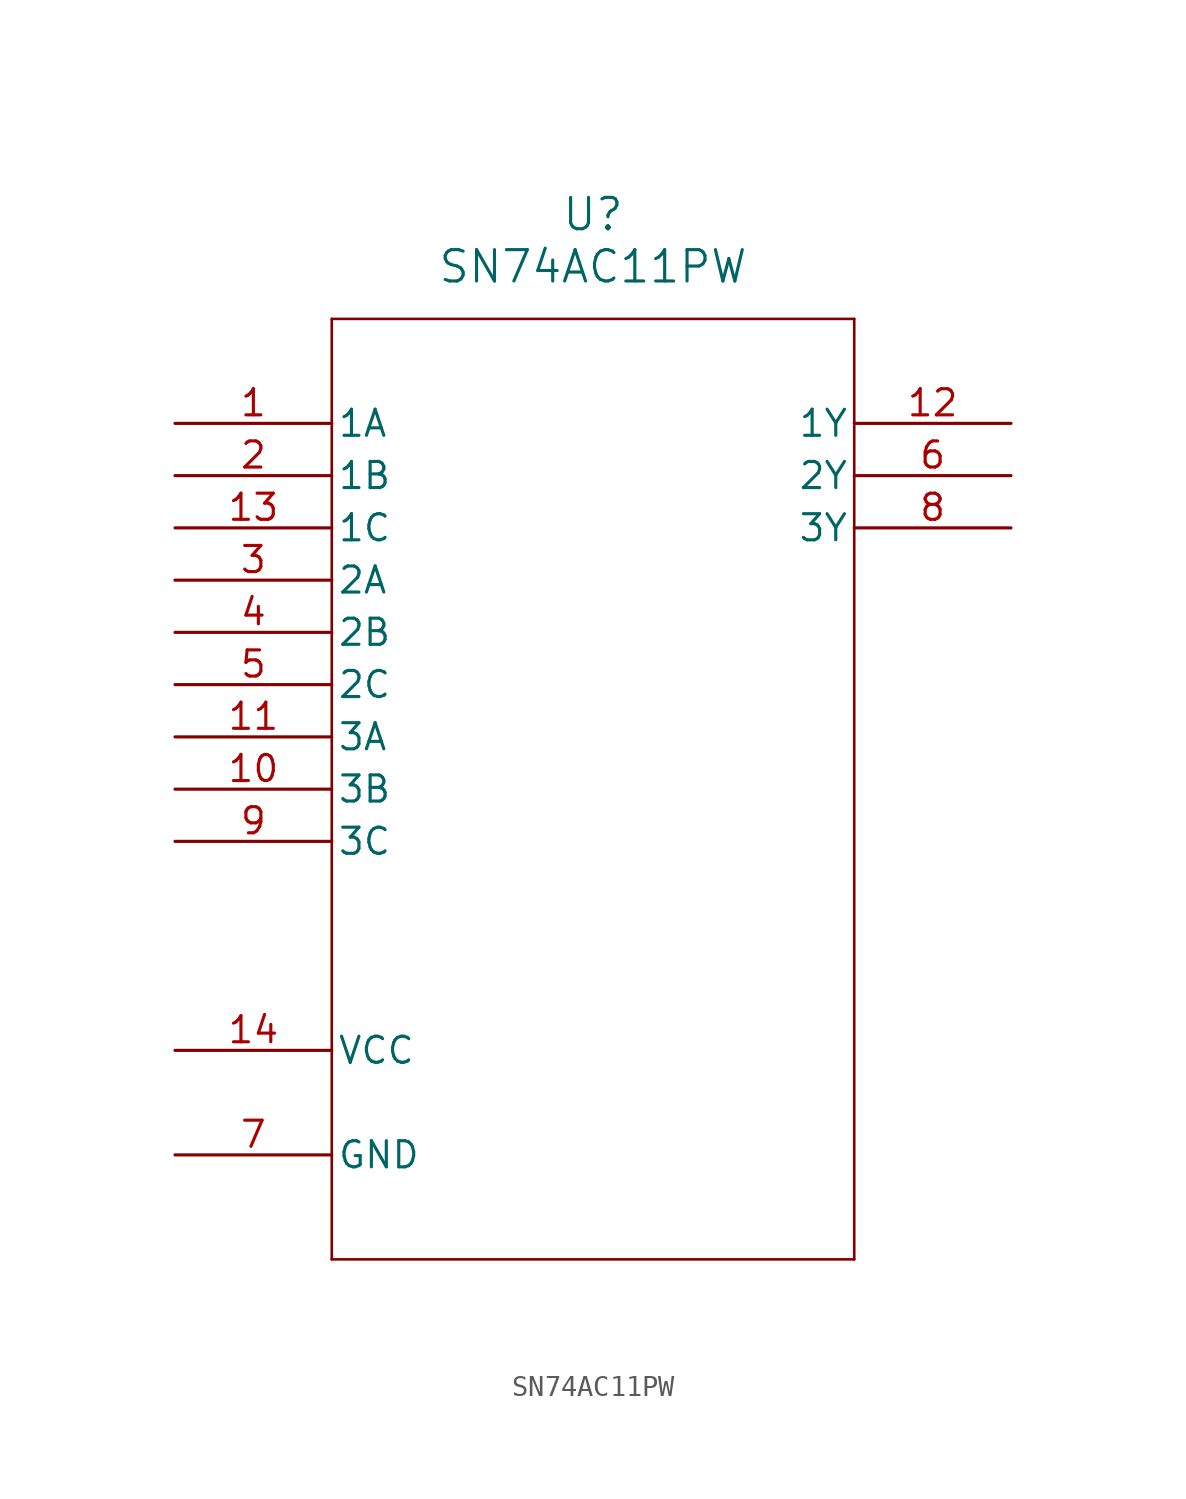
<source format=kicad_sym>
(kicad_symbol_lib
  (version 20211014)
  (generator kicad_symbol_editor)
  (symbol "SN74AC11PW"
    (pin_names
      (offset 0.254))
    (property "Reference" "U"
      (at 20.32 10.16 0)
      (effects (font (size 1.524 1.524))))
    (property "Value" "SN74AC11PW"
      (at 20.32 7.62 0)
      (effects (font (size 1.524 1.524))))
    (symbol "SN74AC11PW_0_1"
      (polyline (pts (xy 7.62 5.08) (xy 7.62 -40.64)) (stroke (width 0.127) (type default) (color 0 0 0 0)) (fill (type none)))
      (polyline (pts (xy 7.62 -40.64) (xy 33.02 -40.64)) (stroke (width 0.127) (type default) (color 0 0 0 0)) (fill (type none)))
      (polyline (pts (xy 33.02 -40.64) (xy 33.02 5.08)) (stroke (width 0.127) (type default) (color 0 0 0 0)) (fill (type none)))
      (polyline (pts (xy 33.02 5.08) (xy 7.62 5.08)) (stroke (width 0.127) (type default) (color 0 0 0 0)) (fill (type none)))
      (pin input line (at 0 0 0) (length 7.62) (name "1A" (effects (font (size 1.27 1.27)))) (number "1" (effects (font (size 1.27 1.27)))))
      (pin input line (at 0 -2.54 0) (length 7.62) (name "1B" (effects (font (size 1.27 1.27)))) (number "2" (effects (font (size 1.27 1.27)))))
      (pin input line (at 0 -7.62 0) (length 7.62) (name "2A" (effects (font (size 1.27 1.27)))) (number "3" (effects (font (size 1.27 1.27)))))
      (pin input line (at 0 -10.16 0) (length 7.62) (name "2B" (effects (font (size 1.27 1.27)))) (number "4" (effects (font (size 1.27 1.27)))))
      (pin input line (at 0 -12.7 0) (length 7.62) (name "2C" (effects (font (size 1.27 1.27)))) (number "5" (effects (font (size 1.27 1.27)))))
      (pin output line (at 40.64 -2.54 180) (length 7.62) (name "2Y" (effects (font (size 1.27 1.27)))) (number "6" (effects (font (size 1.27 1.27)))))
      (pin power_in line (at 0 -35.56 0) (length 7.62) (name "GND" (effects (font (size 1.27 1.27)))) (number "7" (effects (font (size 1.27 1.27)))))
      (pin output line (at 40.64 -5.08 180) (length 7.62) (name "3Y" (effects (font (size 1.27 1.27)))) (number "8" (effects (font (size 1.27 1.27)))))
      (pin input line (at 0 -20.32 0) (length 7.62) (name "3C" (effects (font (size 1.27 1.27)))) (number "9" (effects (font (size 1.27 1.27)))))
      (pin input line (at 0 -17.78 0) (length 7.62) (name "3B" (effects (font (size 1.27 1.27)))) (number "10" (effects (font (size 1.27 1.27)))))
      (pin input line (at 0 -15.24 0) (length 7.62) (name "3A" (effects (font (size 1.27 1.27)))) (number "11" (effects (font (size 1.27 1.27)))))
      (pin output line (at 40.64 0 180) (length 7.62) (name "1Y" (effects (font (size 1.27 1.27)))) (number "12" (effects (font (size 1.27 1.27)))))
      (pin input line (at 0 -5.08 0) (length 7.62) (name "1C" (effects (font (size 1.27 1.27)))) (number "13" (effects (font (size 1.27 1.27)))))
      (pin power_in line (at 0 -30.48 0) (length 7.62) (name "VCC" (effects (font (size 1.27 1.27)))) (number "14" (effects (font (size 1.27 1.27))))))))
</source>
